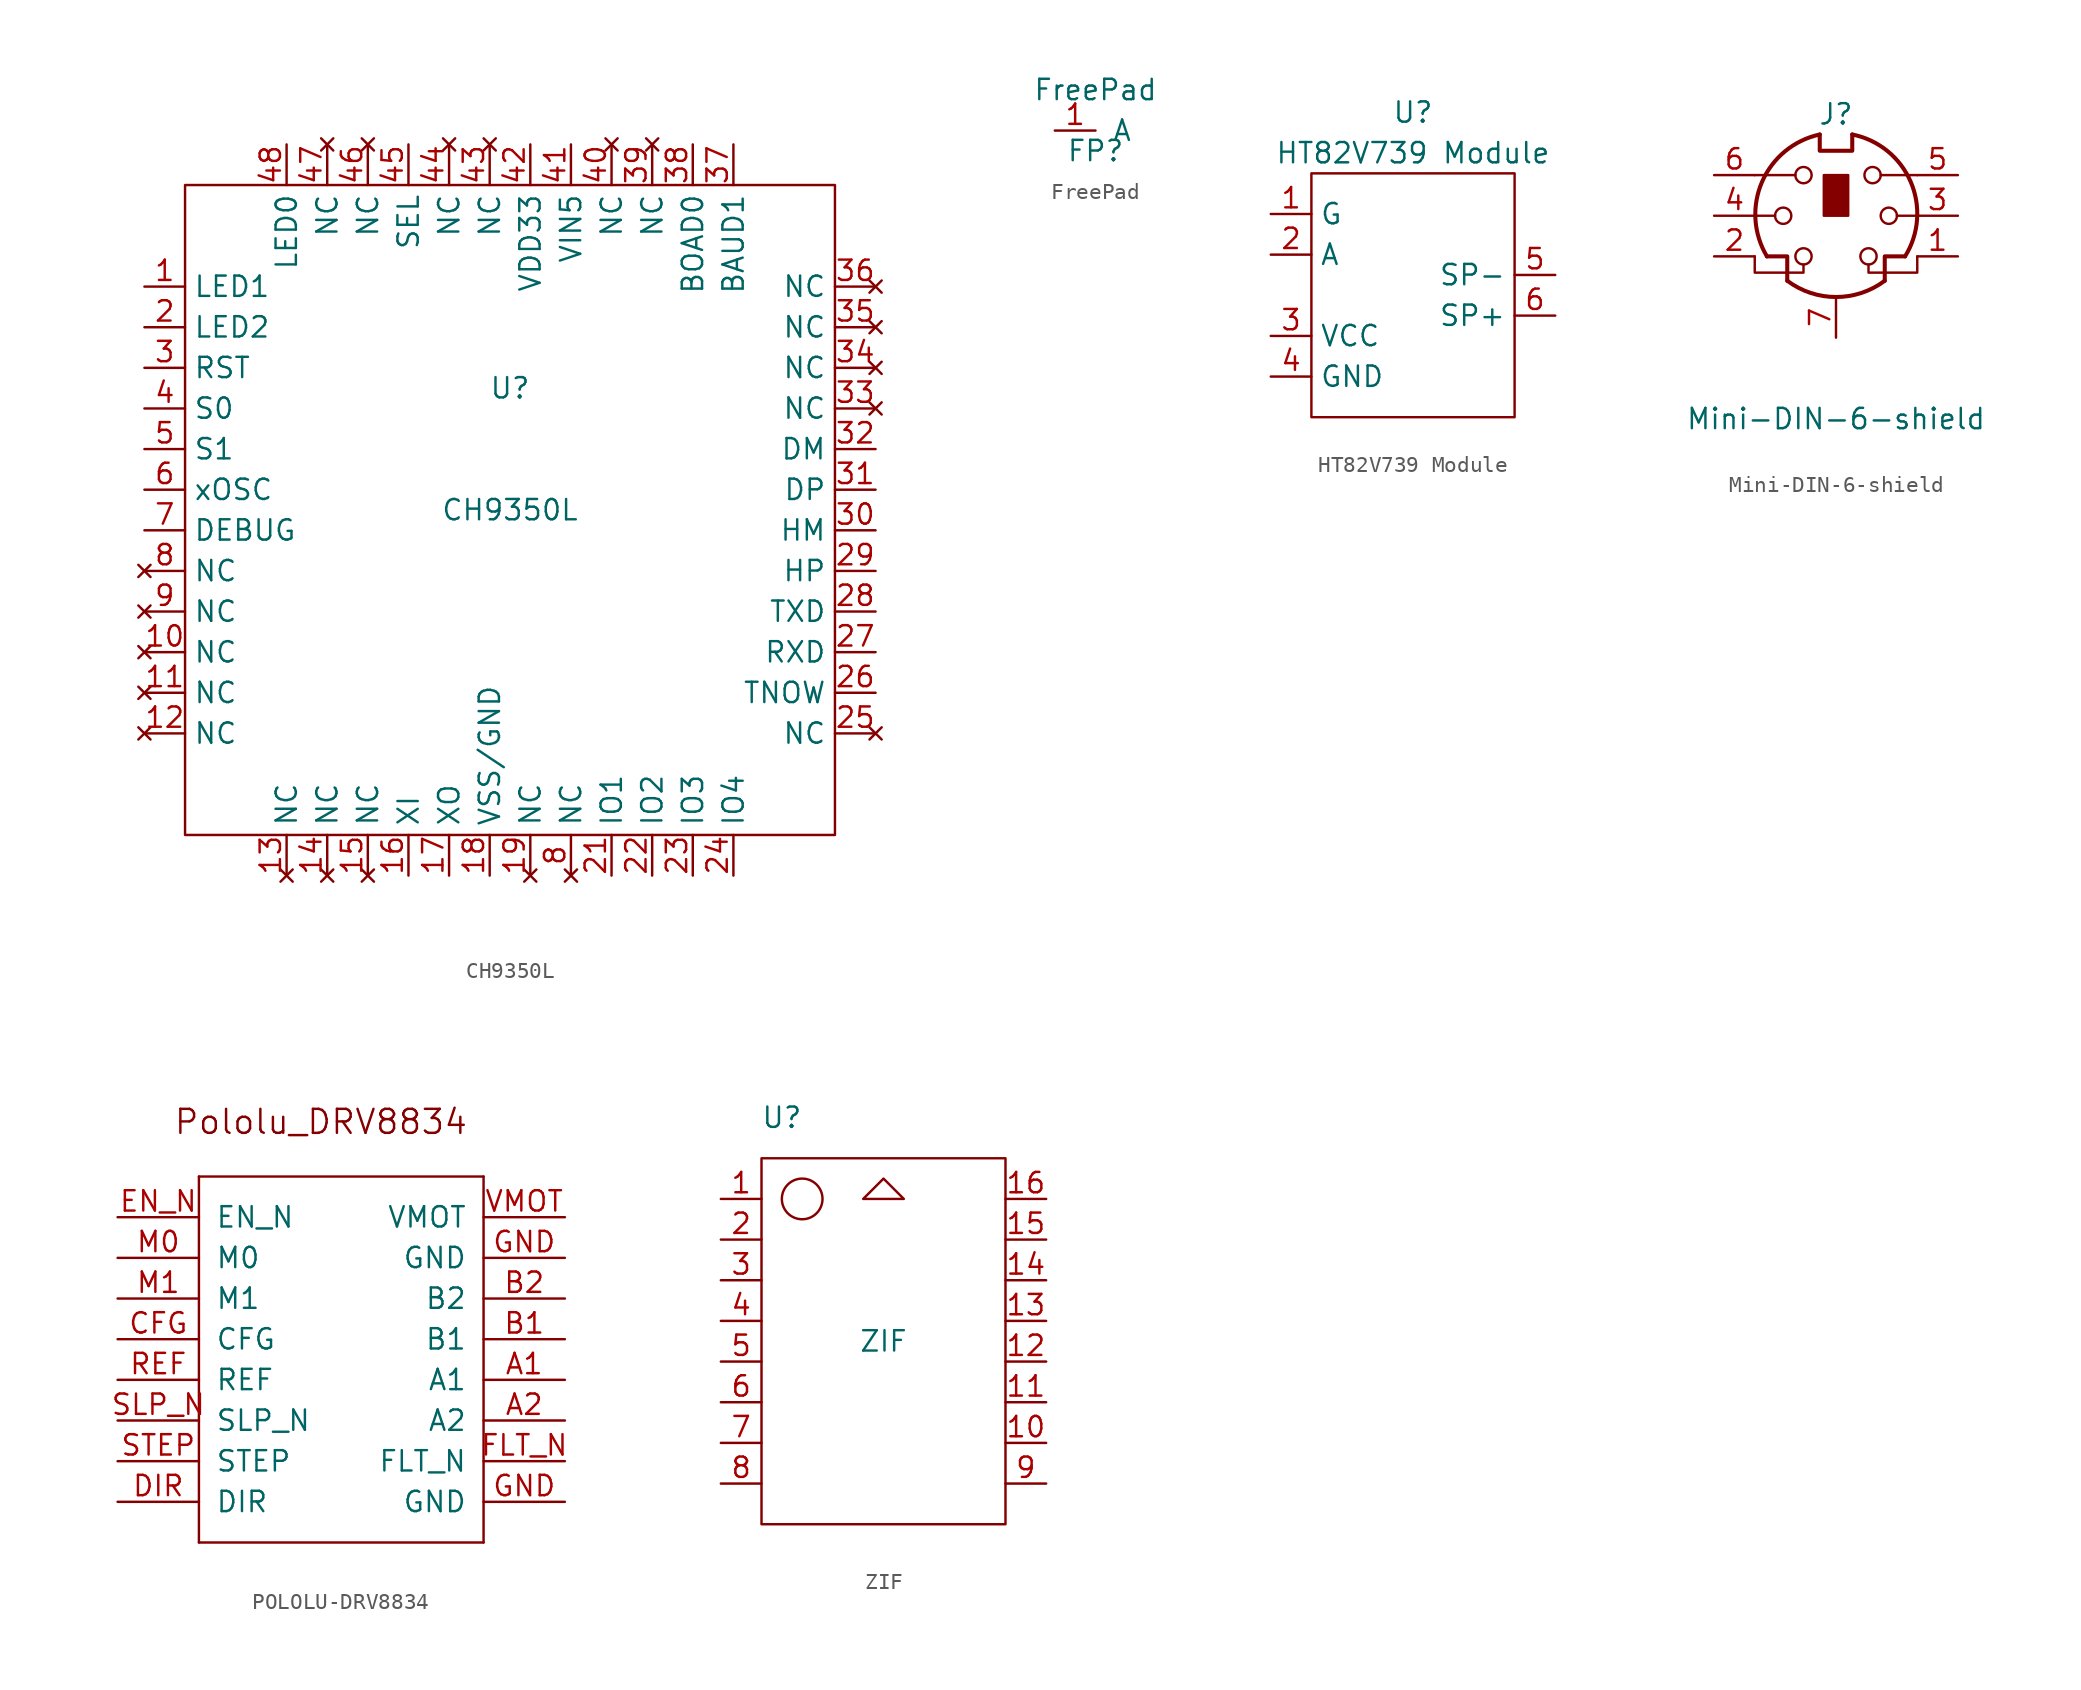
<source format=kicad_sym>
(kicad_symbol_lib
  (version 20220914)
  (generator kicad_symbol_editor)
  (symbol "CH9350L"
    (property "Reference" "U"
      (at 0 7.62 0)
      (effects (font (size 1.27 1.27))))
    (property "Value" "CH9350L"
      (at 0 0 0)
      (effects (font (size 1.27 1.27))))
    (symbol "CH9350L_0_1"
      (rectangle (start -20.32 20.32) (end 20.32 -20.32) (stroke (width 0) (type default)) (fill (type none))))
    (symbol "CH9350L_1_1"
      (pin output line (at -22.86 13.97 0) (length 2.54) (name "LED1" (effects (font (size 1.27 1.27)))) (number "1" (effects (font (size 1.27 1.27)))))
      (pin no_connect line (at -22.86 -8.89 0) (length 2.54) (name "NC" (effects (font (size 1.27 1.27)))) (number "10" (effects (font (size 1.27 1.27)))))
      (pin no_connect line (at -22.86 -11.43 0) (length 2.54) (name "NC" (effects (font (size 1.27 1.27)))) (number "11" (effects (font (size 1.27 1.27)))))
      (pin no_connect line (at -22.86 -13.97 0) (length 2.54) (name "NC" (effects (font (size 1.27 1.27)))) (number "12" (effects (font (size 1.27 1.27)))))
      (pin no_connect line (at -13.97 -22.86 90) (length 2.54) (name "NC" (effects (font (size 1.27 1.27)))) (number "13" (effects (font (size 1.27 1.27)))))
      (pin no_connect line (at -11.43 -22.86 90) (length 2.54) (name "NC" (effects (font (size 1.27 1.27)))) (number "14" (effects (font (size 1.27 1.27)))))
      (pin no_connect line (at -8.89 -22.86 90) (length 2.54) (name "NC" (effects (font (size 1.27 1.27)))) (number "15" (effects (font (size 1.27 1.27)))))
      (pin passive line (at -6.35 -22.86 90) (length 2.54) (name "XI" (effects (font (size 1.27 1.27)))) (number "16" (effects (font (size 1.27 1.27)))))
      (pin passive line (at -3.81 -22.86 90) (length 2.54) (name "XO" (effects (font (size 1.27 1.27)))) (number "17" (effects (font (size 1.27 1.27)))))
      (pin passive line (at -1.27 -22.86 90) (length 2.54) (name "VSS/GND" (effects (font (size 1.27 1.27)))) (number "18" (effects (font (size 1.27 1.27)))))
      (pin no_connect line (at 1.27 -22.86 90) (length 2.54) (name "NC" (effects (font (size 1.27 1.27)))) (number "19" (effects (font (size 1.27 1.27)))))
      (pin output line (at -22.86 11.43 0) (length 2.54) (name "LED2" (effects (font (size 1.27 1.27)))) (number "2" (effects (font (size 1.27 1.27)))))
      (pin bidirectional line (at 6.35 -22.86 90) (length 2.54) (name "IO1" (effects (font (size 1.27 1.27)))) (number "21" (effects (font (size 1.27 1.27)))))
      (pin bidirectional line (at 8.89 -22.86 90) (length 2.54) (name "IO2" (effects (font (size 1.27 1.27)))) (number "22" (effects (font (size 1.27 1.27)))))
      (pin bidirectional line (at 11.43 -22.86 90) (length 2.54) (name "IO3" (effects (font (size 1.27 1.27)))) (number "23" (effects (font (size 1.27 1.27)))))
      (pin bidirectional line (at 13.97 -22.86 90) (length 2.54) (name "IO4" (effects (font (size 1.27 1.27)))) (number "24" (effects (font (size 1.27 1.27)))))
      (pin no_connect line (at 22.86 -13.97 180) (length 2.54) (name "NC" (effects (font (size 1.27 1.27)))) (number "25" (effects (font (size 1.27 1.27)))))
      (pin output line (at 22.86 -11.43 180) (length 2.54) (name "TNOW" (effects (font (size 1.27 1.27)))) (number "26" (effects (font (size 1.27 1.27)))))
      (pin input line (at 22.86 -8.89 180) (length 2.54) (name "RXD" (effects (font (size 1.27 1.27)))) (number "27" (effects (font (size 1.27 1.27)))))
      (pin output line (at 22.86 -6.35 180) (length 2.54) (name "TXD" (effects (font (size 1.27 1.27)))) (number "28" (effects (font (size 1.27 1.27)))))
      (pin passive line (at 22.86 -3.81 180) (length 2.54) (name "HP" (effects (font (size 1.27 1.27)))) (number "29" (effects (font (size 1.27 1.27)))))
      (pin input line (at -22.86 8.89 0) (length 2.54) (name "RST" (effects (font (size 1.27 1.27)))) (number "3" (effects (font (size 1.27 1.27)))))
      (pin passive line (at 22.86 -1.27 180) (length 2.54) (name "HM" (effects (font (size 1.27 1.27)))) (number "30" (effects (font (size 1.27 1.27)))))
      (pin passive line (at 22.86 1.27 180) (length 2.54) (name "DP" (effects (font (size 1.27 1.27)))) (number "31" (effects (font (size 1.27 1.27)))))
      (pin passive line (at 22.86 3.81 180) (length 2.54) (name "DM" (effects (font (size 1.27 1.27)))) (number "32" (effects (font (size 1.27 1.27)))))
      (pin no_connect line (at 22.86 6.35 180) (length 2.54) (name "NC" (effects (font (size 1.27 1.27)))) (number "33" (effects (font (size 1.27 1.27)))))
      (pin no_connect line (at 22.86 8.89 180) (length 2.54) (name "NC" (effects (font (size 1.27 1.27)))) (number "34" (effects (font (size 1.27 1.27)))))
      (pin no_connect line (at 22.86 11.43 180) (length 2.54) (name "NC" (effects (font (size 1.27 1.27)))) (number "35" (effects (font (size 1.27 1.27)))))
      (pin no_connect line (at 22.86 13.97 180) (length 2.54) (name "NC" (effects (font (size 1.27 1.27)))) (number "36" (effects (font (size 1.27 1.27)))))
      (pin input line (at 13.97 22.86 270) (length 2.54) (name "BAUD1" (effects (font (size 1.27 1.27)))) (number "37" (effects (font (size 1.27 1.27)))))
      (pin input line (at 11.43 22.86 270) (length 2.54) (name "BOAD0" (effects (font (size 1.27 1.27)))) (number "38" (effects (font (size 1.27 1.27)))))
      (pin no_connect line (at 8.89 22.86 270) (length 2.54) (name "NC" (effects (font (size 1.27 1.27)))) (number "39" (effects (font (size 1.27 1.27)))))
      (pin input line (at -22.86 6.35 0) (length 2.54) (name "S0" (effects (font (size 1.27 1.27)))) (number "4" (effects (font (size 1.27 1.27)))))
      (pin no_connect line (at 6.35 22.86 270) (length 2.54) (name "NC" (effects (font (size 1.27 1.27)))) (number "40" (effects (font (size 1.27 1.27)))))
      (pin input line (at 3.81 22.86 270) (length 2.54) (name "VIN5" (effects (font (size 1.27 1.27)))) (number "41" (effects (font (size 1.27 1.27)))))
      (pin passive line (at 1.27 22.86 270) (length 2.54) (name "VDD33" (effects (font (size 1.27 1.27)))) (number "42" (effects (font (size 1.27 1.27)))))
      (pin no_connect line (at -1.27 22.86 270) (length 2.54) (name "NC" (effects (font (size 1.27 1.27)))) (number "43" (effects (font (size 1.27 1.27)))))
      (pin no_connect line (at -3.81 22.86 270) (length 2.54) (name "NC" (effects (font (size 1.27 1.27)))) (number "44" (effects (font (size 1.27 1.27)))))
      (pin input line (at -6.35 22.86 270) (length 2.54) (name "SEL" (effects (font (size 1.27 1.27)))) (number "45" (effects (font (size 1.27 1.27)))))
      (pin no_connect line (at -8.89 22.86 270) (length 2.54) (name "NC" (effects (font (size 1.27 1.27)))) (number "46" (effects (font (size 1.27 1.27)))))
      (pin no_connect line (at -11.43 22.86 270) (length 2.54) (name "NC" (effects (font (size 1.27 1.27)))) (number "47" (effects (font (size 1.27 1.27)))))
      (pin output line (at -13.97 22.86 270) (length 2.54) (name "LED0" (effects (font (size 1.27 1.27)))) (number "48" (effects (font (size 1.27 1.27)))))
      (pin input line (at -22.86 3.81 0) (length 2.54) (name "S1" (effects (font (size 1.27 1.27)))) (number "5" (effects (font (size 1.27 1.27)))))
      (pin input line (at -22.86 1.27 0) (length 2.54) (name "xOSC" (effects (font (size 1.27 1.27)))) (number "6" (effects (font (size 1.27 1.27)))))
      (pin output line (at -22.86 -1.27 0) (length 2.54) (name "DEBUG" (effects (font (size 1.27 1.27)))) (number "7" (effects (font (size 1.27 1.27)))))
      (pin no_connect line (at -22.86 -3.81 0) (length 2.54) (name "NC" (effects (font (size 1.27 1.27)))) (number "8" (effects (font (size 1.27 1.27)))))
      (pin no_connect line (at 3.81 -22.86 90) (length 2.54) (name "NC" (effects (font (size 1.27 1.27)))) (number "8" (effects (font (size 1.27 1.27)))))
      (pin no_connect line (at -22.86 -6.35 0) (length 2.54) (name "NC" (effects (font (size 1.27 1.27)))) (number "9" (effects (font (size 1.27 1.27)))))))
  (symbol "FreePad"
    (pin_names
      (offset 1.016))
    (property "Reference" "FP"
      (at 0 -1.27 0)
      (effects (font (size 1.27 1.27))))
    (property "Value" "FreePad"
      (at 0 2.54 0)
      (effects (font (size 1.27 1.27))))
    (symbol "FreePad_1_1"
      (pin bidirectional line (at -2.54 0 0) (length 2.54) (name "A" (effects (font (size 1.27 1.27)))) (number "1" (effects (font (size 1.27 1.27)))))))
  (symbol "HT82V739 Module"
    (property "Reference" "U"
      (at 0 11.43 0)
      (effects (font (size 1.27 1.27))))
    (property "Value" "HT82V739 Module"
      (at 0 8.89 0)
      (effects (font (size 1.27 1.27))))
    (symbol "HT82V739 Module_0_1"
      (rectangle (start -6.35 7.62) (end 6.35 -7.62) (stroke (width 0) (type default)) (fill (type none))))
    (symbol "HT82V739 Module_1_1"
      (pin input line (at -8.89 5.08 0) (length 2.54) (name "G" (effects (font (size 1.27 1.27)))) (number "1" (effects (font (size 1.27 1.27)))))
      (pin input line (at -8.89 2.54 0) (length 2.54) (name "A" (effects (font (size 1.27 1.27)))) (number "2" (effects (font (size 1.27 1.27)))))
      (pin power_in line (at -8.89 -2.54 0) (length 2.54) (name "VCC" (effects (font (size 1.27 1.27)))) (number "3" (effects (font (size 1.27 1.27)))))
      (pin power_out line (at -8.89 -5.08 0) (length 2.54) (name "GND" (effects (font (size 1.27 1.27)))) (number "4" (effects (font (size 1.27 1.27)))))
      (pin output line (at 8.89 1.27 180) (length 2.54) (name "SP-" (effects (font (size 1.27 1.27)))) (number "5" (effects (font (size 1.27 1.27)))))
      (pin output line (at 8.89 -1.27 180) (length 2.54) (name "SP+" (effects (font (size 1.27 1.27)))) (number "6" (effects (font (size 1.27 1.27)))))))
  (symbol "Mini-DIN-6-shield"
    (pin_names
      (offset 1.016))
    (property "Reference" "J"
      (at 0 6.35 0)
      (effects (font (size 1.27 1.27))))
    (property "Value" "Mini-DIN-6-shield"
      (at 0 -12.7 0)
      (effects (font (size 1.27 1.27))))
    (symbol "Mini-DIN-6-shield_0_1"
      (circle (center -3.302 0) (radius 0.508) (stroke (width 0) (type default)) (fill (type none)))
      (arc (start -3.048 -4.064) (mid 0 -5.08) (end 3.048 -4.064) (stroke (width 0.254) (type default)) (fill (type none)))
      (circle (center -2.032 -2.54) (radius 0.508) (stroke (width 0) (type default)) (fill (type none)))
      (circle (center -2.032 2.54) (radius 0.508) (stroke (width 0) (type default)) (fill (type none)))
      (arc (start -1.016 5.08) (mid -4.6228 2.1214) (end -4.318 -2.54) (stroke (width 0.254) (type default)) (fill (type none)))
      (rectangle (start -0.762 2.54) (end 0.762 0) (stroke (width 0) (type default)) (fill (type outline)))
      (polyline (pts (xy -3.81 0) (xy -5.08 0)) (stroke (width 0) (type default)) (fill (type none)))
      (polyline (pts (xy -2.54 2.54) (xy -5.08 2.54)) (stroke (width 0) (type default)) (fill (type none)))
      (polyline (pts (xy 2.794 2.54) (xy 5.08 2.54)) (stroke (width 0) (type default)) (fill (type none)))
      (polyline (pts (xy 5.08 0) (xy 3.81 0)) (stroke (width 0) (type default)) (fill (type none)))
      (polyline (pts (xy -4.318 -2.54) (xy -3.048 -2.54) (xy -3.048 -4.064)) (stroke (width 0.254) (type default)) (fill (type none)))
      (polyline (pts (xy 4.318 -2.54) (xy 3.048 -2.54) (xy 3.048 -4.064)) (stroke (width 0.254) (type default)) (fill (type none)))
      (polyline (pts (xy -2.032 -3.048) (xy -2.032 -3.556) (xy -5.08 -3.556) (xy -5.08 -2.54)) (stroke (width 0) (type default)) (fill (type none)))
      (polyline (pts (xy -1.016 5.08) (xy -1.016 4.064) (xy 1.016 4.064) (xy 1.016 5.08)) (stroke (width 0.254) (type default)) (fill (type none)))
      (polyline (pts (xy 2.032 -3.048) (xy 2.032 -3.556) (xy 5.08 -3.556) (xy 5.08 -2.54)) (stroke (width 0) (type default)) (fill (type none)))
      (circle (center 2.032 -2.54) (radius 0.508) (stroke (width 0) (type default)) (fill (type none)))
      (circle (center 2.286 2.54) (radius 0.508) (stroke (width 0) (type default)) (fill (type none)))
      (circle (center 3.302 0) (radius 0.508) (stroke (width 0) (type default)) (fill (type none)))
      (arc (start 4.318 -2.54) (mid 4.6661 2.1322) (end 1.016 5.08) (stroke (width 0.254) (type default)) (fill (type none))))
    (symbol "Mini-DIN-6-shield_1_1"
      (pin passive line (at 7.62 -2.54 180) (length 2.54) (name "~" (effects (font (size 1.27 1.27)))) (number "1" (effects (font (size 1.27 1.27)))))
      (pin passive line (at -7.62 -2.54 0) (length 2.54) (name "~" (effects (font (size 1.27 1.27)))) (number "2" (effects (font (size 1.27 1.27)))))
      (pin passive line (at 7.62 0 180) (length 2.54) (name "~" (effects (font (size 1.27 1.27)))) (number "3" (effects (font (size 1.27 1.27)))))
      (pin passive line (at -7.62 0 0) (length 2.54) (name "~" (effects (font (size 1.27 1.27)))) (number "4" (effects (font (size 1.27 1.27)))))
      (pin passive line (at 7.62 2.54 180) (length 2.54) (name "~" (effects (font (size 1.27 1.27)))) (number "5" (effects (font (size 1.27 1.27)))))
      (pin passive line (at -7.62 2.54 0) (length 2.54) (name "~" (effects (font (size 1.27 1.27)))) (number "6" (effects (font (size 1.27 1.27)))))
      (pin passive line (at 0 -7.62 90) (length 2.54) (name "~" (effects (font (size 1.27 1.27)))) (number "7" (effects (font (size 1.27 1.27)))))))
  (symbol "POLOLU-DRV8834"
    (pin_names
      (offset 1.016))
    (property "Reference" ""
      (at 0 0 0)
      (effects (font (size 1.27 1.27)) hide))
    (symbol "POLOLU-DRV8834_1_0"
      (polyline (pts (xy -2.54 -10.16) (xy 15.24 -10.16)) (stroke (width 0) (type default)) (fill (type none)))
      (polyline (pts (xy -2.54 12.7) (xy -2.54 -10.16)) (stroke (width 0) (type default)) (fill (type none)))
      (polyline (pts (xy 15.24 -10.16) (xy 15.24 12.7)) (stroke (width 0) (type default)) (fill (type none)))
      (polyline (pts (xy 15.24 12.7) (xy -2.54 12.7)) (stroke (width 0) (type default)) (fill (type none)))
      (text "Pololu_DRV8834" (at 5.08 15.24 0) (effects (font (size 1.499 1.499)) (justify bottom)))
      (pin unspecified line (at 20.32 0 180) (length 5.08) (name "A1" (effects (font (size 1.27 1.27)))) (number "A1" (effects (font (size 1.27 1.27)))))
      (pin unspecified line (at 20.32 -2.54 180) (length 5.08) (name "A2" (effects (font (size 1.27 1.27)))) (number "A2" (effects (font (size 1.27 1.27)))))
      (pin unspecified line (at 20.32 2.54 180) (length 5.08) (name "B1" (effects (font (size 1.27 1.27)))) (number "B1" (effects (font (size 1.27 1.27)))))
      (pin unspecified line (at 20.32 5.08 180) (length 5.08) (name "B2" (effects (font (size 1.27 1.27)))) (number "B2" (effects (font (size 1.27 1.27)))))
      (pin unspecified line (at -7.62 2.54 0) (length 5.08) (name "CFG" (effects (font (size 1.27 1.27)))) (number "CFG" (effects (font (size 1.27 1.27)))))
      (pin unspecified line (at -7.62 -7.62 0) (length 5.08) (name "DIR" (effects (font (size 1.27 1.27)))) (number "DIR" (effects (font (size 1.27 1.27)))))
      (pin unspecified line (at -7.62 10.16 0) (length 5.08) (name "EN_N" (effects (font (size 1.27 1.27)))) (number "EN_N" (effects (font (size 1.27 1.27)))))
      (pin unspecified line (at 20.32 -5.08 180) (length 5.08) (name "FLT_N" (effects (font (size 1.27 1.27)))) (number "FLT_N" (effects (font (size 1.27 1.27)))))
      (pin unspecified line (at 20.32 -7.62 180) (length 5.08) (name "GND" (effects (font (size 1.27 1.27)))) (number "GND" (effects (font (size 1.27 1.27)))))
      (pin unspecified line (at 20.32 7.62 180) (length 5.08) (name "GND" (effects (font (size 1.27 1.27)))) (number "GND" (effects (font (size 1.27 1.27)))))
      (pin unspecified line (at -7.62 7.62 0) (length 5.08) (name "M0" (effects (font (size 1.27 1.27)))) (number "M0" (effects (font (size 1.27 1.27)))))
      (pin unspecified line (at -7.62 5.08 0) (length 5.08) (name "M1" (effects (font (size 1.27 1.27)))) (number "M1" (effects (font (size 1.27 1.27)))))
      (pin unspecified line (at -7.62 0 0) (length 5.08) (name "REF" (effects (font (size 1.27 1.27)))) (number "REF" (effects (font (size 1.27 1.27)))))
      (pin unspecified line (at -7.62 -2.54 0) (length 5.08) (name "SLP_N" (effects (font (size 1.27 1.27)))) (number "SLP_N" (effects (font (size 1.27 1.27)))))
      (pin unspecified line (at -7.62 -5.08 0) (length 5.08) (name "STEP" (effects (font (size 1.27 1.27)))) (number "STEP" (effects (font (size 1.27 1.27)))))
      (pin unspecified line (at 20.32 10.16 180) (length 5.08) (name "VMOT" (effects (font (size 1.27 1.27)))) (number "VMOT" (effects (font (size 1.27 1.27)))))))
  (symbol "ZIF"
    (property "Reference" "U"
      (at -6.35 13.97 0)
      (effects (font (size 1.27 1.27))))
    (property "Value" "ZIF"
      (at 0 0 0)
      (effects (font (size 1.27 1.27))))
    (symbol "ZIF_0_1"
      (rectangle (start -7.62 11.43) (end 7.62 -11.43) (stroke (width 0) (type default)) (fill (type none)))
      (circle (center -5.08 8.89) (radius 1.27) (stroke (width 0) (type default)) (fill (type none)))
      (polyline (pts (xy 0 10.16) (xy -1.27 8.89) (xy 1.27 8.89) (xy 0 10.16)) (stroke (width 0) (type default)) (fill (type none))))
    (symbol "ZIF_1_1"
      (pin bidirectional line (at -10.16 8.89 0) (length 2.54) (name "" (effects (font (size 1.27 1.27)))) (number "1" (effects (font (size 1.27 1.27)))))
      (pin bidirectional line (at 10.16 -6.35 180) (length 2.54) (name "" (effects (font (size 1.27 1.27)))) (number "10" (effects (font (size 1.27 1.27)))))
      (pin bidirectional line (at 10.16 -3.81 180) (length 2.54) (name "" (effects (font (size 1.27 1.27)))) (number "11" (effects (font (size 1.27 1.27)))))
      (pin bidirectional line (at 10.16 -1.27 180) (length 2.54) (name "" (effects (font (size 1.27 1.27)))) (number "12" (effects (font (size 1.27 1.27)))))
      (pin bidirectional line (at 10.16 1.27 180) (length 2.54) (name "" (effects (font (size 1.27 1.27)))) (number "13" (effects (font (size 1.27 1.27)))))
      (pin bidirectional line (at 10.16 3.81 180) (length 2.54) (name "" (effects (font (size 1.27 1.27)))) (number "14" (effects (font (size 1.27 1.27)))))
      (pin bidirectional line (at 10.16 6.35 180) (length 2.54) (name "" (effects (font (size 1.27 1.27)))) (number "15" (effects (font (size 1.27 1.27)))))
      (pin bidirectional line (at 10.16 8.89 180) (length 2.54) (name "" (effects (font (size 1.27 1.27)))) (number "16" (effects (font (size 1.27 1.27)))))
      (pin bidirectional line (at -10.16 6.35 0) (length 2.54) (name "" (effects (font (size 1.27 1.27)))) (number "2" (effects (font (size 1.27 1.27)))))
      (pin bidirectional line (at -10.16 3.81 0) (length 2.54) (name "" (effects (font (size 1.27 1.27)))) (number "3" (effects (font (size 1.27 1.27)))))
      (pin bidirectional line (at -10.16 1.27 0) (length 2.54) (name "" (effects (font (size 1.27 1.27)))) (number "4" (effects (font (size 1.27 1.27)))))
      (pin bidirectional line (at -10.16 -1.27 0) (length 2.54) (name "" (effects (font (size 1.27 1.27)))) (number "5" (effects (font (size 1.27 1.27)))))
      (pin bidirectional line (at -10.16 -3.81 0) (length 2.54) (name "" (effects (font (size 1.27 1.27)))) (number "6" (effects (font (size 1.27 1.27)))))
      (pin bidirectional line (at -10.16 -6.35 0) (length 2.54) (name "" (effects (font (size 1.27 1.27)))) (number "7" (effects (font (size 1.27 1.27)))))
      (pin bidirectional line (at -10.16 -8.89 0) (length 2.54) (name "" (effects (font (size 1.27 1.27)))) (number "8" (effects (font (size 1.27 1.27)))))
      (pin bidirectional line (at 10.16 -8.89 180) (length 2.54) (name "" (effects (font (size 1.27 1.27)))) (number "9" (effects (font (size 1.27 1.27))))))))
</source>
